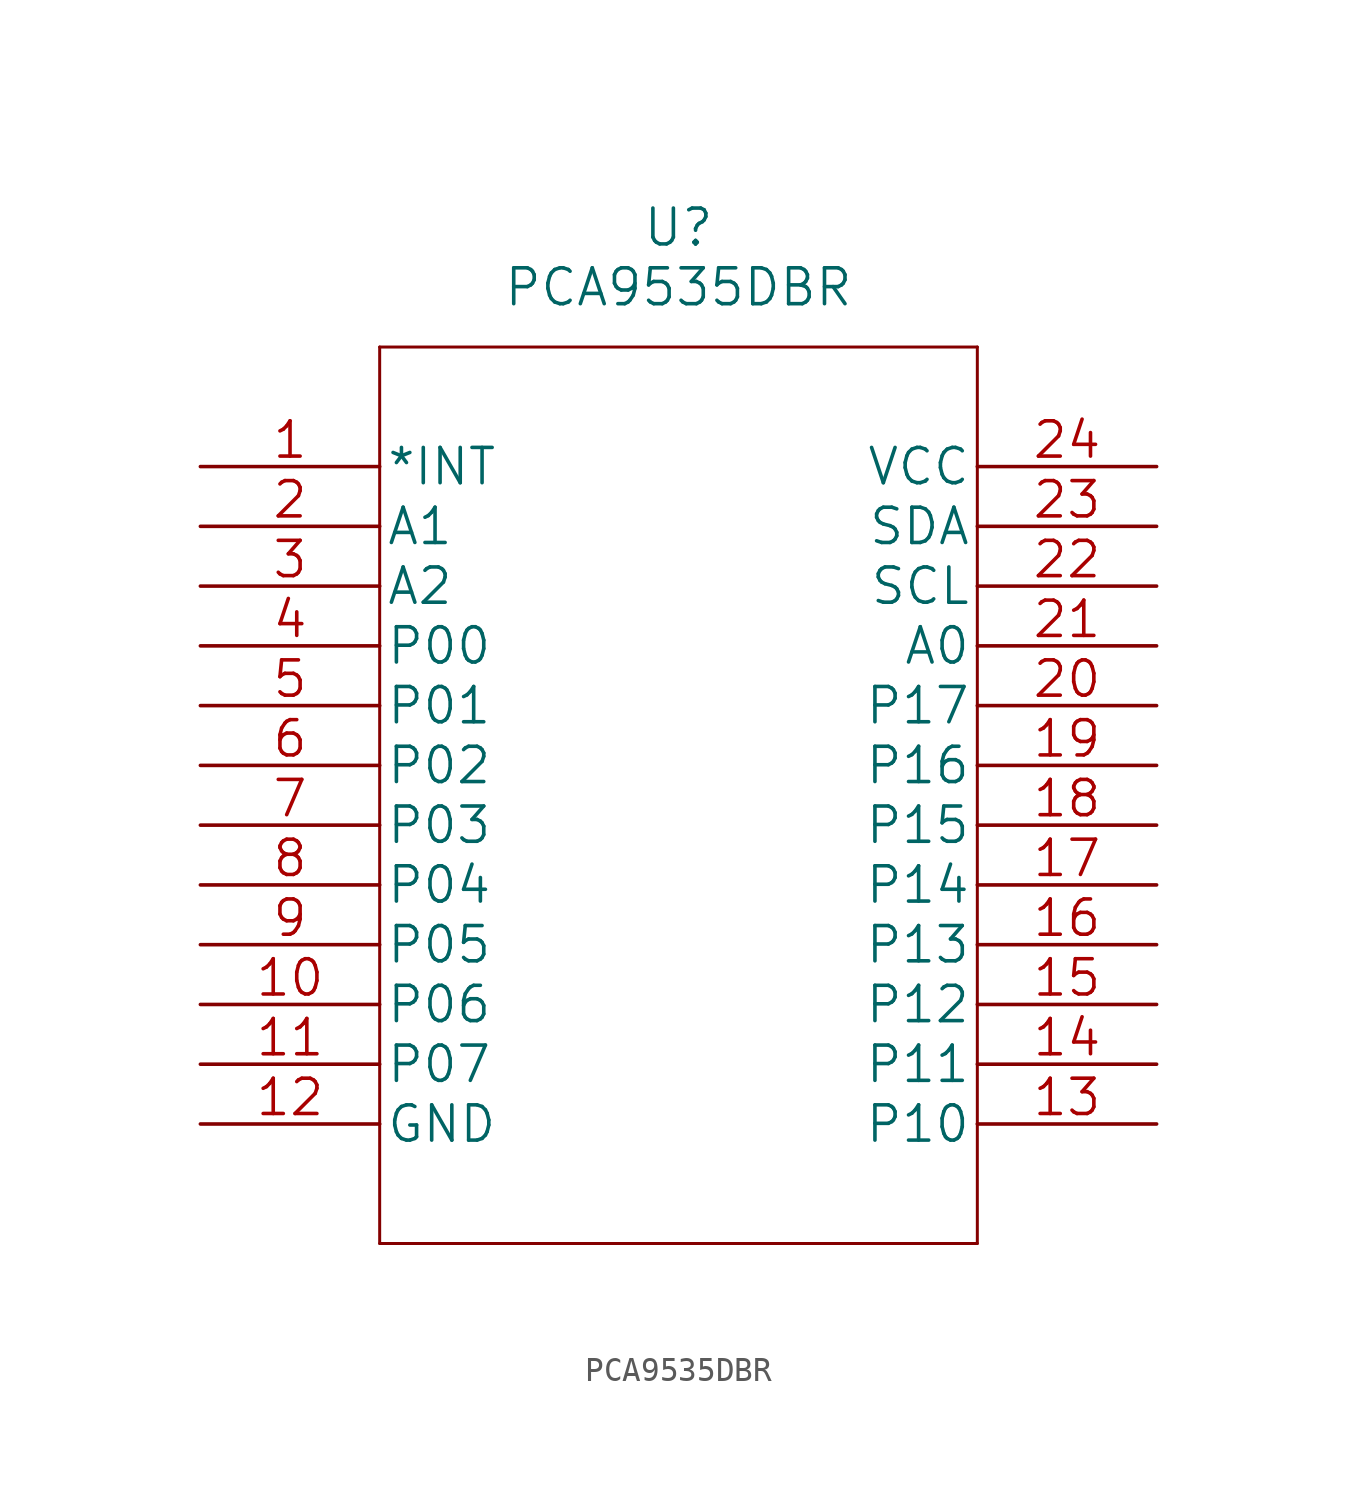
<source format=kicad_sym>
(kicad_symbol_lib
  (version 20211014)
  (generator kicad_symbol_editor)
  (symbol "PCA9535DBR"
    (pin_names
      (offset 0.254))
    (property "Reference" "U"
      (at 20.32 10.16 0)
      (effects (font (size 1.524 1.524))))
    (property "Value" "PCA9535DBR"
      (at 20.32 7.62 0)
      (effects (font (size 1.524 1.524))))
    (property "Datasheet" ""
      (at 0 0 0)
      (effects (font (size 1.524 1.524))))
    (property "ki_locked" ""
      (at 0 0 0)
      (effects (font (size 1.27 1.27))))
    (symbol "PCA9535DBR_1_1"
      (polyline (pts (xy 7.62 -33.02) (xy 33.02 -33.02)) (stroke (width 0.127) (type default) (color 0 0 0 0)) (fill (type none)))
      (polyline (pts (xy 7.62 5.08) (xy 7.62 -33.02)) (stroke (width 0.127) (type default) (color 0 0 0 0)) (fill (type none)))
      (polyline (pts (xy 33.02 -33.02) (xy 33.02 5.08)) (stroke (width 0.127) (type default) (color 0 0 0 0)) (fill (type none)))
      (polyline (pts (xy 33.02 5.08) (xy 7.62 5.08)) (stroke (width 0.127) (type default) (color 0 0 0 0)) (fill (type none)))
      (pin output line (at 0 0 0) (length 7.62) (name "*INT" (effects (font (size 1.499 1.499)))) (number "1" (effects (font (size 1.499 1.499)))))
      (pin bidirectional line (at 0 -22.86 0) (length 7.62) (name "P06" (effects (font (size 1.499 1.499)))) (number "10" (effects (font (size 1.499 1.499)))))
      (pin bidirectional line (at 0 -25.4 0) (length 7.62) (name "P07" (effects (font (size 1.499 1.499)))) (number "11" (effects (font (size 1.499 1.499)))))
      (pin power_in line (at 0 -27.94 0) (length 7.62) (name "GND" (effects (font (size 1.499 1.499)))) (number "12" (effects (font (size 1.499 1.499)))))
      (pin bidirectional line (at 40.64 -27.94 180) (length 7.62) (name "P10" (effects (font (size 1.499 1.499)))) (number "13" (effects (font (size 1.499 1.499)))))
      (pin bidirectional line (at 40.64 -25.4 180) (length 7.62) (name "P11" (effects (font (size 1.499 1.499)))) (number "14" (effects (font (size 1.499 1.499)))))
      (pin bidirectional line (at 40.64 -22.86 180) (length 7.62) (name "P12" (effects (font (size 1.499 1.499)))) (number "15" (effects (font (size 1.499 1.499)))))
      (pin bidirectional line (at 40.64 -20.32 180) (length 7.62) (name "P13" (effects (font (size 1.499 1.499)))) (number "16" (effects (font (size 1.499 1.499)))))
      (pin bidirectional line (at 40.64 -17.78 180) (length 7.62) (name "P14" (effects (font (size 1.499 1.499)))) (number "17" (effects (font (size 1.499 1.499)))))
      (pin bidirectional line (at 40.64 -15.24 180) (length 7.62) (name "P15" (effects (font (size 1.499 1.499)))) (number "18" (effects (font (size 1.499 1.499)))))
      (pin bidirectional line (at 40.64 -12.7 180) (length 7.62) (name "P16" (effects (font (size 1.499 1.499)))) (number "19" (effects (font (size 1.499 1.499)))))
      (pin input line (at 0 -2.54 0) (length 7.62) (name "A1" (effects (font (size 1.499 1.499)))) (number "2" (effects (font (size 1.499 1.499)))))
      (pin bidirectional line (at 40.64 -10.16 180) (length 7.62) (name "P17" (effects (font (size 1.499 1.499)))) (number "20" (effects (font (size 1.499 1.499)))))
      (pin input line (at 40.64 -7.62 180) (length 7.62) (name "A0" (effects (font (size 1.499 1.499)))) (number "21" (effects (font (size 1.499 1.499)))))
      (pin unspecified line (at 40.64 -5.08 180) (length 7.62) (name "SCL" (effects (font (size 1.499 1.499)))) (number "22" (effects (font (size 1.499 1.499)))))
      (pin unspecified line (at 40.64 -2.54 180) (length 7.62) (name "SDA" (effects (font (size 1.499 1.499)))) (number "23" (effects (font (size 1.499 1.499)))))
      (pin power_in line (at 40.64 0 180) (length 7.62) (name "VCC" (effects (font (size 1.499 1.499)))) (number "24" (effects (font (size 1.499 1.499)))))
      (pin input line (at 0 -5.08 0) (length 7.62) (name "A2" (effects (font (size 1.499 1.499)))) (number "3" (effects (font (size 1.499 1.499)))))
      (pin bidirectional line (at 0 -7.62 0) (length 7.62) (name "P00" (effects (font (size 1.499 1.499)))) (number "4" (effects (font (size 1.499 1.499)))))
      (pin bidirectional line (at 0 -10.16 0) (length 7.62) (name "P01" (effects (font (size 1.499 1.499)))) (number "5" (effects (font (size 1.499 1.499)))))
      (pin bidirectional line (at 0 -12.7 0) (length 7.62) (name "P02" (effects (font (size 1.499 1.499)))) (number "6" (effects (font (size 1.499 1.499)))))
      (pin bidirectional line (at 0 -15.24 0) (length 7.62) (name "P03" (effects (font (size 1.499 1.499)))) (number "7" (effects (font (size 1.499 1.499)))))
      (pin bidirectional line (at 0 -17.78 0) (length 7.62) (name "P04" (effects (font (size 1.499 1.499)))) (number "8" (effects (font (size 1.499 1.499)))))
      (pin bidirectional line (at 0 -20.32 0) (length 7.62) (name "P05" (effects (font (size 1.499 1.499)))) (number "9" (effects (font (size 1.499 1.499))))))))
</source>
